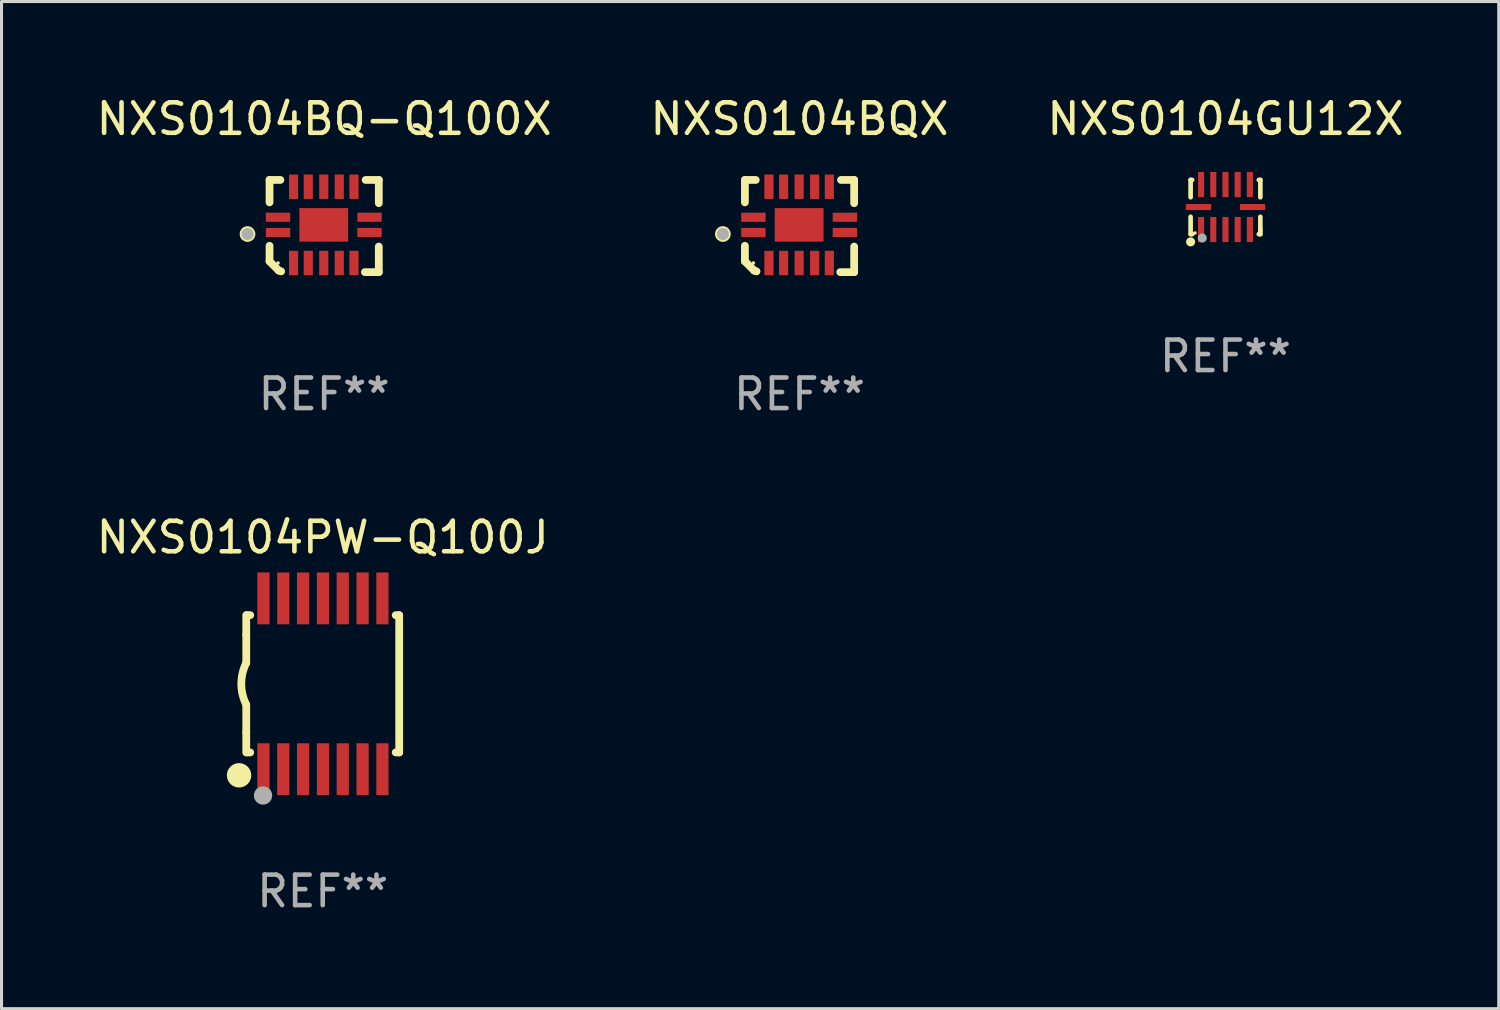
<source format=kicad_pcb>
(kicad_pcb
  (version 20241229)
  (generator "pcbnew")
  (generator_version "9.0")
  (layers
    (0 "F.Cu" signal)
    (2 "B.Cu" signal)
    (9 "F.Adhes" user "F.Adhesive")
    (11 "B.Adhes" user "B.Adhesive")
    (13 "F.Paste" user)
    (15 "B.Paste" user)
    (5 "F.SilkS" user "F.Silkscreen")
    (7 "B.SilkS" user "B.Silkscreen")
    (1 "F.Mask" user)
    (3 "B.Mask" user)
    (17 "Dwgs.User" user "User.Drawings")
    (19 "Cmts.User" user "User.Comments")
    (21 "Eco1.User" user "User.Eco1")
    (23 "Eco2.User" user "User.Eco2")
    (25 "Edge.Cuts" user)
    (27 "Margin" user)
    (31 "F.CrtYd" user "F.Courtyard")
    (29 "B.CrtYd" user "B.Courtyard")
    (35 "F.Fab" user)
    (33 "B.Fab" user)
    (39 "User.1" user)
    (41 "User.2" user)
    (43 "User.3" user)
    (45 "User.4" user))
  (footprint "NXS0104GU12X"
    (layer "F.Cu")
    (at 37.125 3.737)
    (property "Reference" "NXS0104GU12X" (at 0 -2.889 0) (layer "F.SilkS") (effects (font (size 1 1) (thickness 0.15))))
    (attr through_hole)
    (fp_line (start -1.143 -0.889) (end -1.143 -0.32) (stroke (width 0.152) (type solid)) (layer "F.SilkS"))
    (fp_line (start -1.143 0.32) (end -1.143 0.889) (stroke (width 0.152) (type solid)) (layer "F.SilkS"))
    (fp_line (start -1.143 0.889) (end -1.092 0.889) (stroke (width 0.152) (type solid)) (layer "F.SilkS"))
    (fp_line (start -1.092 -0.889) (end -1.143 -0.889) (stroke (width 0.152) (type solid)) (layer "F.SilkS"))
    (fp_line (start 1.092 0.889) (end 1.143 0.889) (stroke (width 0.152) (type solid)) (layer "F.SilkS"))
    (fp_line (start 1.143 -0.889) (end 1.092 -0.889) (stroke (width 0.152) (type solid)) (layer "F.SilkS"))
    (fp_line (start 1.143 -0.32) (end 1.143 -0.889) (stroke (width 0.152) (type solid)) (layer "F.SilkS"))
    (fp_line (start 1.143 0.762) (end 1.143 0.32) (stroke (width 0.152) (type solid)) (layer "F.SilkS"))
    (fp_line (start 1.143 0.889) (end 1.143 0.762) (stroke (width 0.152) (type solid)) (layer "F.SilkS"))
    (fp_circle (center -1.143 1.143) (end -1.068 1.143) (stroke (width 0.15) (type solid)) (fill no) (layer "F.SilkS"))
    (fp_circle (center -1 0.85) (end -0.97 0.85) (stroke (width 0.06) (type solid)) (fill no) (layer "F.SilkS"))
    (fp_circle (center -0.762 1.016) (end -0.687 1.016) (stroke (width 0.15) (type solid)) (fill no) (layer "F.Fab"))
    (fp_text user "REF**" (at 0 4.889 0) (layer "F.Fab") (effects (font (size 1 1) (thickness 0.15))))
    (pad "1" smd rect (at -0.8 0.738) (size 0.2 0.825) (layers "F.Cu" "F.Mask" "F.Paste"))
    (pad "2" smd rect (at -0.4 0.738) (size 0.2 0.825) (layers "F.Cu" "F.Mask" "F.Paste"))
    (pad "3" smd rect (at 0 0.738) (size 0.2 0.825) (layers "F.Cu" "F.Mask" "F.Paste"))
    (pad "4" smd rect (at 0.4 0.738) (size 0.2 0.825) (layers "F.Cu" "F.Mask" "F.Paste"))
    (pad "5" smd rect (at 0.8 0.738) (size 0.2 0.825) (layers "F.Cu" "F.Mask" "F.Paste"))
    (pad "6" smd rect (at 0.887 0) (size 0.825 0.2) (layers "F.Cu" "F.Mask" "F.Paste"))
    (pad "7" smd rect (at 0.8 -0.738) (size 0.2 0.825) (layers "F.Cu" "F.Mask" "F.Paste"))
    (pad "8" smd rect (at 0.4 -0.738) (size 0.2 0.825) (layers "F.Cu" "F.Mask" "F.Paste"))
    (pad "9" smd rect (at 0 -0.738) (size 0.2 0.825) (layers "F.Cu" "F.Mask" "F.Paste"))
    (pad "10" smd rect (at -0.4 -0.738) (size 0.2 0.825) (layers "F.Cu" "F.Mask" "F.Paste"))
    (pad "11" smd rect (at -0.8 -0.738) (size 0.2 0.825) (layers "F.Cu" "F.Mask" "F.Paste"))
    (pad "12" smd rect (at -0.887 0) (size 0.825 0.2) (layers "F.Cu" "F.Mask" "F.Paste")))
  (footprint "NXS0104PW-Q100J"
    (layer "F.Cu")
    (at 7.53 19.367)
    (property "Reference" "NXS0104PW-Q100J" (at 0 -4.8 0) (layer "F.SilkS") (effects (font (size 1 1) (thickness 0.15))))
    (attr through_hole)
    (fp_line (start -2.507 -1.6) (end -2.507 -2.25) (stroke (width 0.254) (type solid)) (layer "F.SilkS"))
    (fp_line (start -2.507 -0.686) (end -2.507 -1.6) (stroke (width 0.254) (type solid)) (layer "F.SilkS"))
    (fp_line (start -2.507 1.6) (end -2.507 0.686) (stroke (width 0.254) (type solid)) (layer "F.SilkS"))
    (fp_line (start -2.507 1.6) (end -2.507 2.25) (stroke (width 0.254) (type solid)) (layer "F.SilkS"))
    (fp_line (start -2.493 -2.25) (end -2.377 -2.25) (stroke (width 0.254) (type solid)) (layer "F.SilkS"))
    (fp_line (start -2.377 2.25) (end -2.493 2.25) (stroke (width 0.254) (type solid)) (layer "F.SilkS"))
    (fp_line (start 2.392 -2.25) (end 2.507 -2.25) (stroke (width 0.254) (type solid)) (layer "F.SilkS"))
    (fp_line (start 2.507 -2.25) (end 2.507 2.25) (stroke (width 0.254) (type solid)) (layer "F.SilkS"))
    (fp_line (start 2.507 2.25) (end 2.392 2.25) (stroke (width 0.254) (type solid)) (layer "F.SilkS"))
    (fp_arc (start -2.507303 0.685802) (mid -2.669199 0) (end -2.507303 -0.685801) (stroke (width 0.254001) (type solid)) (layer "F.SilkS"))
    (fp_circle (center -2.743 3) (end -2.543 3) (stroke (width 0.4) (type solid)) (fill no) (layer "F.SilkS"))
    (fp_circle (center -2.493 3.2) (end -2.463 3.2) (stroke (width 0.06) (type solid)) (fill no) (layer "F.SilkS"))
    (fp_circle (center -1.957 3.662) (end -1.807 3.662) (stroke (width 0.3) (type solid)) (fill no) (layer "F.Fab"))
    (fp_text user "REF**" (at 0 6.8 0) (layer "F.Fab") (effects (font (size 1 1) (thickness 0.15))))
    (pad "1" smd rect (at -1.943 2.8) (size 0.4 1.7) (layers "F.Cu" "F.Mask" "F.Paste"))
    (pad "2" smd rect (at -1.293 2.8) (size 0.4 1.7) (layers "F.Cu" "F.Mask" "F.Paste"))
    (pad "3" smd rect (at -0.643 2.8) (size 0.4 1.7) (layers "F.Cu" "F.Mask" "F.Paste"))
    (pad "4" smd rect (at 0.007 2.8) (size 0.4 1.7) (layers "F.Cu" "F.Mask" "F.Paste"))
    (pad "5" smd rect (at 0.657 2.8) (size 0.4 1.7) (layers "F.Cu" "F.Mask" "F.Paste"))
    (pad "6" smd rect (at 1.307 2.8) (size 0.4 1.7) (layers "F.Cu" "F.Mask" "F.Paste"))
    (pad "7" smd rect (at 1.957 2.8) (size 0.4 1.7) (layers "F.Cu" "F.Mask" "F.Paste"))
    (pad "8" smd rect (at 1.957 -2.8) (size 0.4 1.7) (layers "F.Cu" "F.Mask" "F.Paste"))
    (pad "9" smd rect (at 1.307 -2.8) (size 0.4 1.7) (layers "F.Cu" "F.Mask" "F.Paste"))
    (pad "10" smd rect (at 0.657 -2.8) (size 0.4 1.7) (layers "F.Cu" "F.Mask" "F.Paste"))
    (pad "11" smd rect (at 0.007 -2.8) (size 0.4 1.7) (layers "F.Cu" "F.Mask" "F.Paste"))
    (pad "12" smd rect (at -0.643 -2.8) (size 0.4 1.7) (layers "F.Cu" "F.Mask" "F.Paste"))
    (pad "13" smd rect (at -1.293 -2.8) (size 0.4 1.7) (layers "F.Cu" "F.Mask" "F.Paste"))
    (pad "14" smd rect (at -1.943 -2.8) (size 0.4 1.7) (layers "F.Cu" "F.Mask" "F.Paste")))
  (footprint "NXS0104BQX"
    (layer "F.Cu")
    (at 23.161 4.36)
    (property "Reference" "NXS0104BQX" (at 0 -3.511 0) (layer "F.SilkS") (effects (font (size 1 1) (thickness 0.15))))
    (attr through_hole)
    (fp_line (start -1.791 -1.511) (end -1.435 -1.511) (stroke (width 0.254) (type solid)) (layer "F.SilkS"))
    (fp_line (start -1.791 -0.775) (end -1.791 -1.511) (stroke (width 0.254) (type solid)) (layer "F.SilkS"))
    (fp_line (start -1.791 1.156) (end -1.791 0.648) (stroke (width 0.254) (type solid)) (layer "F.SilkS"))
    (fp_line (start -1.486 1.461) (end -1.791 1.156) (stroke (width 0.254) (type solid)) (layer "F.SilkS"))
    (fp_line (start -1.41 1.486) (end -1.486 1.461) (stroke (width 0.254) (type solid)) (layer "F.SilkS"))
    (fp_line (start 1.334 1.511) (end 1.791 1.511) (stroke (width 0.254) (type solid)) (layer "F.SilkS"))
    (fp_line (start 1.791 -1.511) (end 1.359 -1.511) (stroke (width 0.254) (type solid)) (layer "F.SilkS"))
    (fp_line (start 1.791 -0.749) (end 1.791 -1.511) (stroke (width 0.254) (type solid)) (layer "F.SilkS"))
    (fp_line (start 1.791 1.511) (end 1.791 0.673) (stroke (width 0.254) (type solid)) (layer "F.SilkS"))
    (fp_circle (center -2.513 0.262) (end -2.383 0.262) (stroke (width 0.254) (type solid)) (fill no) (layer "F.SilkS"))
    (fp_circle (center -1.513 1.212) (end -1.483 1.212) (stroke (width 0.06) (type solid)) (fill no) (layer "F.SilkS"))
    (fp_circle (center -2.513 0.262) (end -2.413 0.262) (stroke (width 0.2) (type solid)) (fill no) (layer "F.Fab"))
    (fp_text user "REF**" (at 0 5.511 0) (layer "F.Fab") (effects (font (size 1 1) (thickness 0.15))))
    (pad "1" smd rect (at -1.513 0.212) (size 0.8 0.3) (layers "F.Cu" "F.Mask" "F.Paste"))
    (pad "2" smd rect (at -1.003 1.212) (size 0.3 0.8) (layers "F.Cu" "F.Mask" "F.Paste"))
    (pad "3" smd rect (at -0.521 1.212) (size 0.3 0.8) (layers "F.Cu" "F.Mask" "F.Paste"))
    (pad "4" smd rect (at -0.013 1.212) (size 0.3 0.8) (layers "F.Cu" "F.Mask" "F.Paste"))
    (pad "5" smd rect (at 0.495 1.212) (size 0.3 0.8) (layers "F.Cu" "F.Mask" "F.Paste"))
    (pad "6" smd rect (at 0.978 1.212) (size 0.3 0.8) (layers "F.Cu" "F.Mask" "F.Paste"))
    (pad "7" smd rect (at 1.487 0.212) (size 0.8 0.3) (layers "F.Cu" "F.Mask" "F.Paste"))
    (pad "8" smd rect (at 1.487 -0.288) (size 0.8 0.3) (layers "F.Cu" "F.Mask" "F.Paste"))
    (pad "9" smd rect (at 0.978 -1.288) (size 0.3 0.8) (layers "F.Cu" "F.Mask" "F.Paste"))
    (pad "10" smd rect (at 0.495 -1.288) (size 0.3 0.8) (layers "F.Cu" "F.Mask" "F.Paste"))
    (pad "11" smd rect (at -0.013 -1.288) (size 0.3 0.8) (layers "F.Cu" "F.Mask" "F.Paste"))
    (pad "12" smd rect (at -0.521 -1.288) (size 0.3 0.8) (layers "F.Cu" "F.Mask" "F.Paste"))
    (pad "13" smd rect (at -1.003 -1.288) (size 0.3 0.8) (layers "F.Cu" "F.Mask" "F.Paste"))
    (pad "14" smd rect (at -1.513 -0.288) (size 0.8 0.3) (layers "F.Cu" "F.Mask" "F.Paste"))
    (pad "15" smd rect (at -0.013 -0.038 90) (size 1.1 1.6) (layers "F.Cu" "F.Mask" "F.Paste")))
  (footprint "NXS0104BQ-Q100X"
    (layer "F.Cu")
    (at 7.577 4.36)
    (property "Reference" "NXS0104BQ-Q100X" (at 0 -3.511 0) (layer "F.SilkS") (effects (font (size 1 1) (thickness 0.15))))
    (attr through_hole)
    (fp_line (start -1.791 -1.511) (end -1.435 -1.511) (stroke (width 0.254) (type solid)) (layer "F.SilkS"))
    (fp_line (start -1.791 -0.775) (end -1.791 -1.511) (stroke (width 0.254) (type solid)) (layer "F.SilkS"))
    (fp_line (start -1.791 1.156) (end -1.791 0.648) (stroke (width 0.254) (type solid)) (layer "F.SilkS"))
    (fp_line (start -1.486 1.461) (end -1.791 1.156) (stroke (width 0.254) (type solid)) (layer "F.SilkS"))
    (fp_line (start -1.41 1.486) (end -1.486 1.461) (stroke (width 0.254) (type solid)) (layer "F.SilkS"))
    (fp_line (start 1.334 1.511) (end 1.791 1.511) (stroke (width 0.254) (type solid)) (layer "F.SilkS"))
    (fp_line (start 1.791 -1.511) (end 1.359 -1.511) (stroke (width 0.254) (type solid)) (layer "F.SilkS"))
    (fp_line (start 1.791 -0.749) (end 1.791 -1.511) (stroke (width 0.254) (type solid)) (layer "F.SilkS"))
    (fp_line (start 1.791 1.511) (end 1.791 0.673) (stroke (width 0.254) (type solid)) (layer "F.SilkS"))
    (fp_circle (center -2.513 0.262) (end -2.383 0.262) (stroke (width 0.254) (type solid)) (fill no) (layer "F.SilkS"))
    (fp_circle (center -1.513 1.212) (end -1.483 1.212) (stroke (width 0.06) (type solid)) (fill no) (layer "F.SilkS"))
    (fp_circle (center -2.513 0.262) (end -2.413 0.262) (stroke (width 0.2) (type solid)) (fill no) (layer "F.Fab"))
    (fp_text user "REF**" (at 0 5.511 0) (layer "F.Fab") (effects (font (size 1 1) (thickness 0.15))))
    (pad "1" smd rect (at -1.513 0.212) (size 0.8 0.3) (layers "F.Cu" "F.Mask" "F.Paste"))
    (pad "2" smd rect (at -1.003 1.212) (size 0.3 0.8) (layers "F.Cu" "F.Mask" "F.Paste"))
    (pad "3" smd rect (at -0.521 1.212) (size 0.3 0.8) (layers "F.Cu" "F.Mask" "F.Paste"))
    (pad "4" smd rect (at -0.013 1.212) (size 0.3 0.8) (layers "F.Cu" "F.Mask" "F.Paste"))
    (pad "5" smd rect (at 0.495 1.212) (size 0.3 0.8) (layers "F.Cu" "F.Mask" "F.Paste"))
    (pad "6" smd rect (at 0.978 1.212) (size 0.3 0.8) (layers "F.Cu" "F.Mask" "F.Paste"))
    (pad "7" smd rect (at 1.487 0.212) (size 0.8 0.3) (layers "F.Cu" "F.Mask" "F.Paste"))
    (pad "8" smd rect (at 1.487 -0.288) (size 0.8 0.3) (layers "F.Cu" "F.Mask" "F.Paste"))
    (pad "9" smd rect (at 0.978 -1.288) (size 0.3 0.8) (layers "F.Cu" "F.Mask" "F.Paste"))
    (pad "10" smd rect (at 0.495 -1.288) (size 0.3 0.8) (layers "F.Cu" "F.Mask" "F.Paste"))
    (pad "11" smd rect (at -0.013 -1.288) (size 0.3 0.8) (layers "F.Cu" "F.Mask" "F.Paste"))
    (pad "12" smd rect (at -0.521 -1.288) (size 0.3 0.8) (layers "F.Cu" "F.Mask" "F.Paste"))
    (pad "13" smd rect (at -1.003 -1.288) (size 0.3 0.8) (layers "F.Cu" "F.Mask" "F.Paste"))
    (pad "14" smd rect (at -1.513 -0.288) (size 0.8 0.3) (layers "F.Cu" "F.Mask" "F.Paste"))
    (pad "15" smd rect (at -0.013 -0.038 90) (size 1.1 1.6) (layers "F.Cu" "F.Mask" "F.Paste")))
  (gr_rect
    (start -3 -3)
    (end 46.083 30.016)
    (stroke (width 0.1) (type default))
    (fill no)
    (layer "Edge.Cuts")))
</source>
